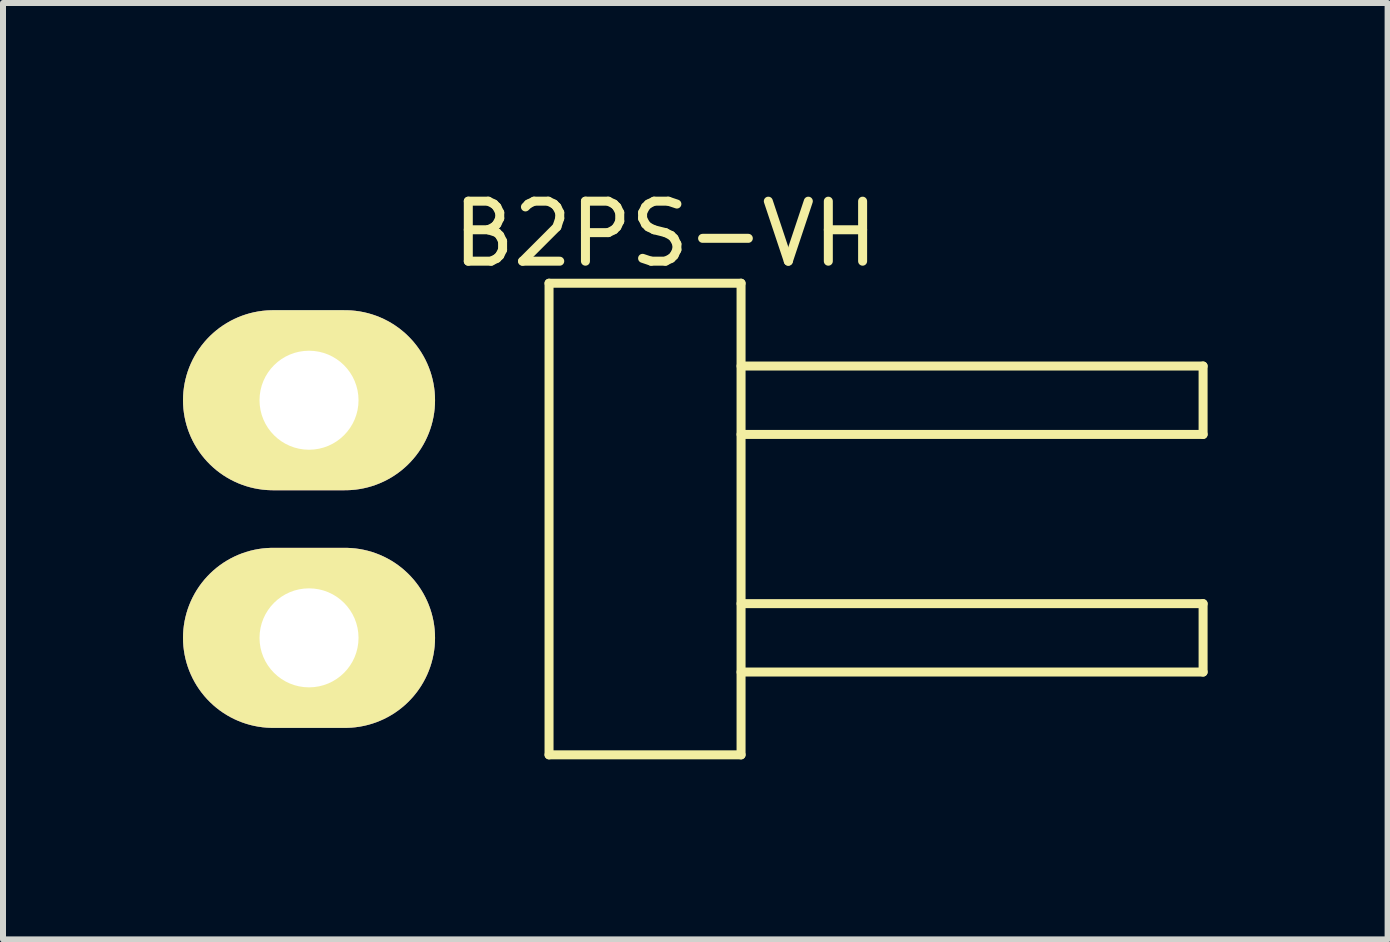
<source format=kicad_pcb>
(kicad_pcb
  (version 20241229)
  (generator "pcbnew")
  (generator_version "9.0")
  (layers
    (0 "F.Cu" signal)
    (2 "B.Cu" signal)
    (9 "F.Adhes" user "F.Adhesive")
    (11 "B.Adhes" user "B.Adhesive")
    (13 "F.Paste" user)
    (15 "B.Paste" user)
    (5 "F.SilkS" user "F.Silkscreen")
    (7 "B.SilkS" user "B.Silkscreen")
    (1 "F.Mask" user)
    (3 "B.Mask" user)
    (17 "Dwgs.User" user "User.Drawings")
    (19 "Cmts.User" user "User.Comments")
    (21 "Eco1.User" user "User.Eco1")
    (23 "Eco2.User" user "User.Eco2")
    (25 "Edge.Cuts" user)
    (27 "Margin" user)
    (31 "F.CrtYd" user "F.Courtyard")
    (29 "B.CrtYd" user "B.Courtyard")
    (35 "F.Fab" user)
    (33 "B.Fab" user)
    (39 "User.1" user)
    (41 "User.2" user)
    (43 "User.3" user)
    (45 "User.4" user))
  (footprint "B2PS-VH"
    (layer "F.Cu")
    (at 2.1 3.62)
    (property "Reference" "B2PS-VH" (at 5.94 -2.772 0) (layer "F.SilkS") (effects (font (size 1 1) (thickness 0.15))))
    (attr through_hole)
    (fp_line (start 4 -1.95) (end 4 5.91) (stroke (width 0.15) (type solid)) (layer "F.SilkS"))
    (fp_line (start 4 5.91) (end 7.2 5.91) (stroke (width 0.15) (type solid)) (layer "F.SilkS"))
    (fp_line (start 7.2 -1.95) (end 4 -1.95) (stroke (width 0.15) (type solid)) (layer "F.SilkS"))
    (fp_line (start 7.2 -0.57) (end 14.9 -0.57) (stroke (width 0.15) (type solid)) (layer "F.SilkS"))
    (fp_line (start 7.2 3.39) (end 14.9 3.39) (stroke (width 0.15) (type solid)) (layer "F.SilkS"))
    (fp_line (start 7.2 5.91) (end 7.2 -1.95) (stroke (width 0.15) (type solid)) (layer "F.SilkS"))
    (fp_line (start 14.9 -0.57) (end 14.9 0.57) (stroke (width 0.15) (type solid)) (layer "F.SilkS"))
    (fp_line (start 14.9 0.57) (end 7.2 0.57) (stroke (width 0.15) (type solid)) (layer "F.SilkS"))
    (fp_line (start 14.9 3.39) (end 14.9 4.53) (stroke (width 0.15) (type solid)) (layer "F.SilkS"))
    (fp_line (start 14.9 4.53) (end 7.2 4.53) (stroke (width 0.15) (type solid)) (layer "F.SilkS"))
    (pad "1" thru_hole oval (at 0 0) (size 4.2 3) (drill 1.65) (layers "*.Cu" "*.Mask" "F.SilkS"))
    (pad "2" thru_hole oval (at 0 3.96) (size 4.2 3) (drill 1.65) (layers "*.Cu" "*.Mask" "F.SilkS")))
  (gr_rect
    (start -3 -3)
    (end 20.075 12.605)
    (stroke (width 0.1) (type default))
    (fill no)
    (layer "Edge.Cuts")))
</source>
